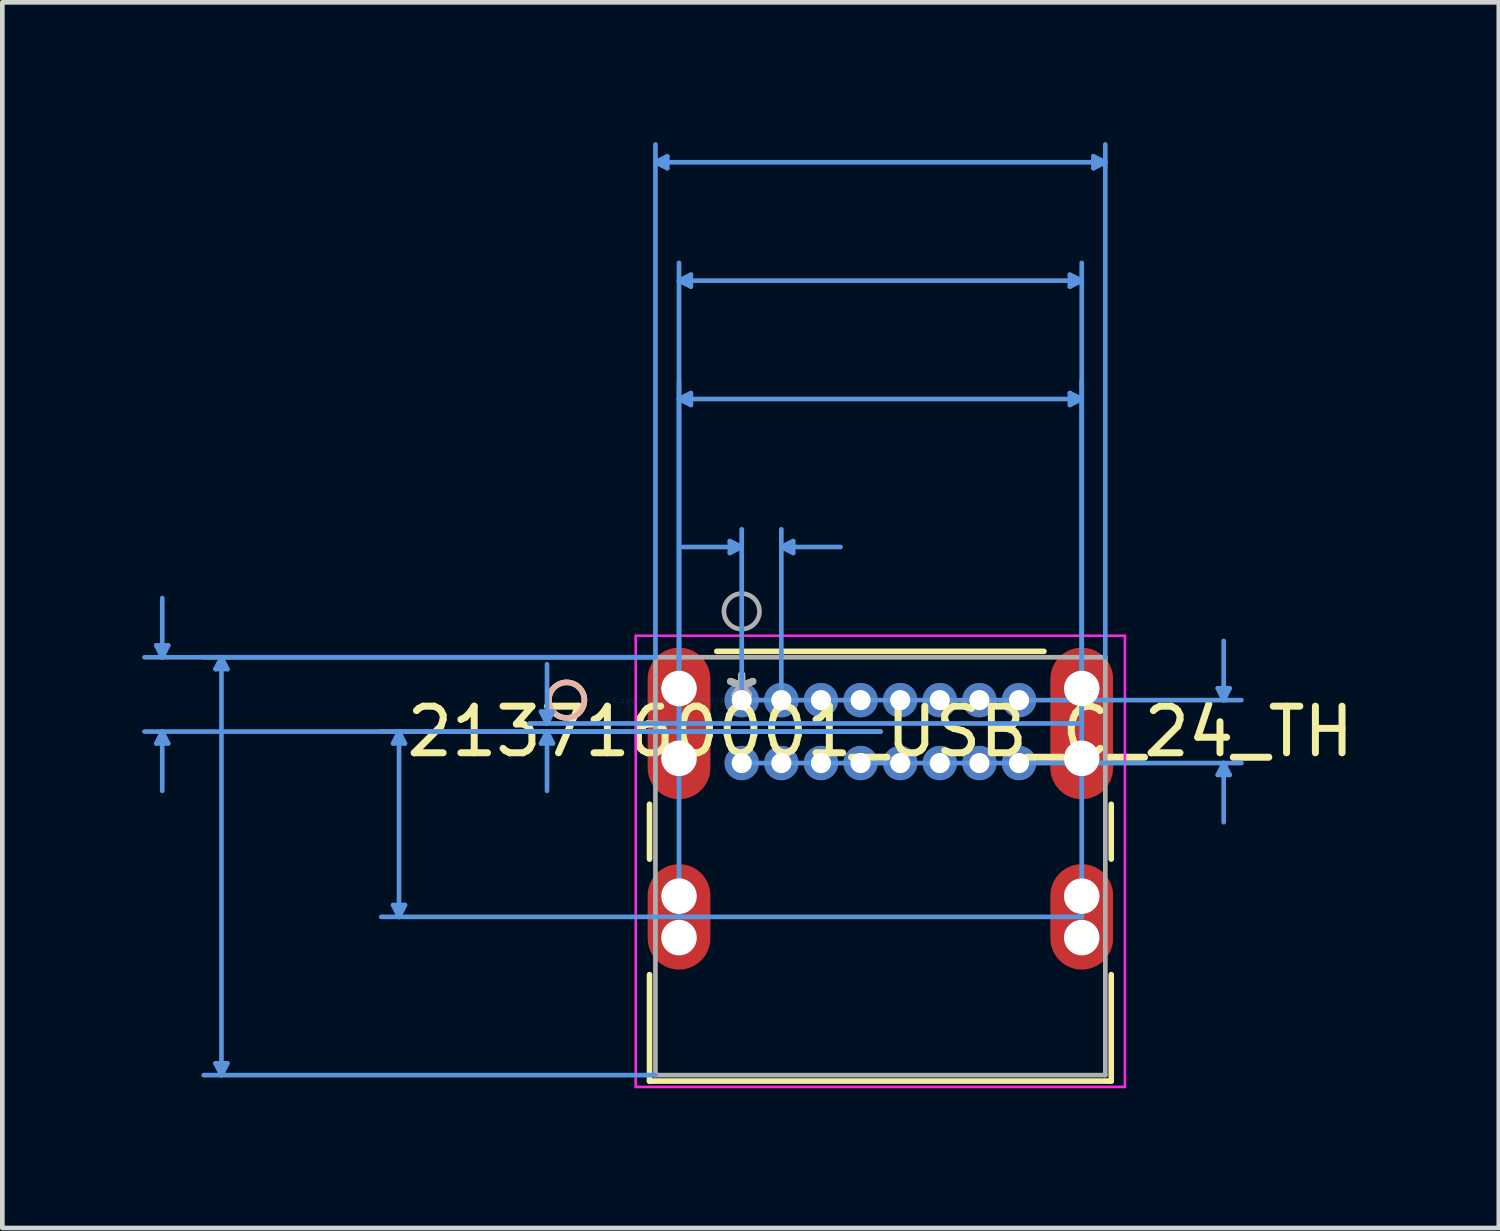
<source format=kicad_pcb>
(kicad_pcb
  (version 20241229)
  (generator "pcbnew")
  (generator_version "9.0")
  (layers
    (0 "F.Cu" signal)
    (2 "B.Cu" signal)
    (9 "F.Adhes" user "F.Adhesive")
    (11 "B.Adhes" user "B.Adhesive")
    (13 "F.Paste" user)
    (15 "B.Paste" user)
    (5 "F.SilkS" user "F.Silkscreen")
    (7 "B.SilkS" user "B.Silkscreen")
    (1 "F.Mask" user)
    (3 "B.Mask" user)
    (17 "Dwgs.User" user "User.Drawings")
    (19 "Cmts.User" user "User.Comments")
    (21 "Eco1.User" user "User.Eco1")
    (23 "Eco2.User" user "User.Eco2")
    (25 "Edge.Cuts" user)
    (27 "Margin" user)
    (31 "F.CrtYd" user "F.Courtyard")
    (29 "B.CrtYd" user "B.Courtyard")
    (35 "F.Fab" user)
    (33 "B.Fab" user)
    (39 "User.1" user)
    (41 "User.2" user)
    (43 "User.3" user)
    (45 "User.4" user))
  (footprint "2137160001_USB_C_24_TH"
    (layer "F.Cu")
    (at 12.863 11.971)
    (property "Reference" "2137160001_USB_C_24_TH" (at 2.975 0.675 0) (layer "F.SilkS") (effects (font (size 1 1) (thickness 0.15))))
    (attr through_hole)
    (fp_line (start -1.978 2.234) (end -1.978 3.411) (stroke (width 0.12) (type solid)) (layer "F.SilkS"))
    (fp_line (start -1.978 5.889) (end -1.978 8.173) (stroke (width 0.12) (type solid)) (layer "F.SilkS"))
    (fp_line (start -1.978 8.173) (end 7.928 8.173) (stroke (width 0.12) (type solid)) (layer "F.SilkS"))
    (fp_line (start 6.484 -1.047) (end -0.534 -1.047) (stroke (width 0.12) (type solid)) (layer "F.SilkS"))
    (fp_line (start 7.928 3.411) (end 7.928 2.234) (stroke (width 0.12) (type solid)) (layer "F.SilkS"))
    (fp_line (start 7.928 8.173) (end 7.928 5.889) (stroke (width 0.12) (type solid)) (layer "F.SilkS"))
    (fp_circle (center -3.756 0) (end -3.375 0) (stroke (width 0.12) (type solid)) (fill no) (layer "F.SilkS"))
    (fp_circle (center -3.756 0) (end -3.375 0) (stroke (width 0.12) (type solid)) (fill no) (layer "B.SilkS"))
    (fp_line (start -12.559 -1.174) (end -12.305 -1.174) (stroke (width 0.1) (type solid)) (layer "Cmts.User"))
    (fp_line (start -12.559 0.929) (end -12.305 0.929) (stroke (width 0.1) (type solid)) (layer "Cmts.User"))
    (fp_line (start -12.432 -0.92) (end -12.559 -1.174) (stroke (width 0.1) (type solid)) (layer "Cmts.User"))
    (fp_line (start -12.432 -0.92) (end -12.432 -2.19) (stroke (width 0.1) (type solid)) (layer "Cmts.User"))
    (fp_line (start -12.432 -0.92) (end -12.305 -1.174) (stroke (width 0.1) (type solid)) (layer "Cmts.User"))
    (fp_line (start -12.432 0.675) (end -12.559 0.929) (stroke (width 0.1) (type solid)) (layer "Cmts.User"))
    (fp_line (start -12.432 0.675) (end -12.432 1.945) (stroke (width 0.1) (type solid)) (layer "Cmts.User"))
    (fp_line (start -12.432 0.675) (end -12.305 0.929) (stroke (width 0.1) (type solid)) (layer "Cmts.User"))
    (fp_line (start -11.289 -0.666) (end -11.035 -0.666) (stroke (width 0.1) (type solid)) (layer "Cmts.User"))
    (fp_line (start -11.289 7.792) (end -11.035 7.792) (stroke (width 0.1) (type solid)) (layer "Cmts.User"))
    (fp_line (start -11.162 -0.92) (end -11.289 -0.666) (stroke (width 0.1) (type solid)) (layer "Cmts.User"))
    (fp_line (start -11.162 -0.92) (end -11.162 8.046) (stroke (width 0.1) (type solid)) (layer "Cmts.User"))
    (fp_line (start -11.162 -0.92) (end -11.035 -0.666) (stroke (width 0.1) (type solid)) (layer "Cmts.User"))
    (fp_line (start -11.162 8.046) (end -11.289 7.792) (stroke (width 0.1) (type solid)) (layer "Cmts.User"))
    (fp_line (start -11.162 8.046) (end -11.035 7.792) (stroke (width 0.1) (type solid)) (layer "Cmts.User"))
    (fp_line (start -7.479 0.929) (end -7.225 0.929) (stroke (width 0.1) (type solid)) (layer "Cmts.User"))
    (fp_line (start -7.479 4.396) (end -7.225 4.396) (stroke (width 0.1) (type solid)) (layer "Cmts.User"))
    (fp_line (start -7.352 0.675) (end -7.479 0.929) (stroke (width 0.1) (type solid)) (layer "Cmts.User"))
    (fp_line (start -7.352 0.675) (end -7.352 4.65) (stroke (width 0.1) (type solid)) (layer "Cmts.User"))
    (fp_line (start -7.352 0.675) (end -7.225 0.929) (stroke (width 0.1) (type solid)) (layer "Cmts.User"))
    (fp_line (start -7.352 4.65) (end -7.479 4.396) (stroke (width 0.1) (type solid)) (layer "Cmts.User"))
    (fp_line (start -7.352 4.65) (end -7.225 4.396) (stroke (width 0.1) (type solid)) (layer "Cmts.User"))
    (fp_line (start -4.304 0.246) (end -4.05 0.246) (stroke (width 0.1) (type solid)) (layer "Cmts.User"))
    (fp_line (start -4.304 0.929) (end -4.05 0.929) (stroke (width 0.1) (type solid)) (layer "Cmts.User"))
    (fp_line (start -4.177 0.5) (end -4.304 0.246) (stroke (width 0.1) (type solid)) (layer "Cmts.User"))
    (fp_line (start -4.177 0.5) (end -4.177 -0.77) (stroke (width 0.1) (type solid)) (layer "Cmts.User"))
    (fp_line (start -4.177 0.5) (end -4.05 0.246) (stroke (width 0.1) (type solid)) (layer "Cmts.User"))
    (fp_line (start -4.177 0.675) (end -4.304 0.929) (stroke (width 0.1) (type solid)) (layer "Cmts.User"))
    (fp_line (start -4.177 0.675) (end -4.177 1.945) (stroke (width 0.1) (type solid)) (layer "Cmts.User"))
    (fp_line (start -4.177 0.675) (end -4.05 0.929) (stroke (width 0.1) (type solid)) (layer "Cmts.User"))
    (fp_line (start -1.851 -11.54) (end -1.597 -11.667) (stroke (width 0.1) (type solid)) (layer "Cmts.User"))
    (fp_line (start -1.851 -11.54) (end -1.597 -11.413) (stroke (width 0.1) (type solid)) (layer "Cmts.User"))
    (fp_line (start -1.851 -11.54) (end 7.801 -11.54) (stroke (width 0.1) (type solid)) (layer "Cmts.User"))
    (fp_line (start -1.851 -0.92) (end -12.813 -0.92) (stroke (width 0.1) (type solid)) (layer "Cmts.User"))
    (fp_line (start -1.851 -0.92) (end -11.543 -0.92) (stroke (width 0.1) (type solid)) (layer "Cmts.User"))
    (fp_line (start -1.851 -0.92) (end -1.851 -11.921) (stroke (width 0.1) (type solid)) (layer "Cmts.User"))
    (fp_line (start -1.851 8.046) (end -11.543 8.046) (stroke (width 0.1) (type solid)) (layer "Cmts.User"))
    (fp_line (start -1.597 -11.667) (end -1.597 -11.413) (stroke (width 0.1) (type solid)) (layer "Cmts.User"))
    (fp_line (start -1.345 -9) (end -1.091 -9.127) (stroke (width 0.1) (type solid)) (layer "Cmts.User"))
    (fp_line (start -1.345 -9) (end -1.091 -8.873) (stroke (width 0.1) (type solid)) (layer "Cmts.User"))
    (fp_line (start -1.345 -9) (end 7.295 -9) (stroke (width 0.1) (type solid)) (layer "Cmts.User"))
    (fp_line (start -1.345 -6.46) (end -1.091 -6.587) (stroke (width 0.1) (type solid)) (layer "Cmts.User"))
    (fp_line (start -1.345 -6.46) (end -1.091 -6.333) (stroke (width 0.1) (type solid)) (layer "Cmts.User"))
    (fp_line (start -1.345 -6.46) (end 7.295 -6.46) (stroke (width 0.1) (type solid)) (layer "Cmts.User"))
    (fp_line (start -1.345 0.5) (end -1.345 -9.381) (stroke (width 0.1) (type solid)) (layer "Cmts.User"))
    (fp_line (start -1.345 4.65) (end -1.345 -6.841) (stroke (width 0.1) (type solid)) (layer "Cmts.User"))
    (fp_line (start -1.091 -9.127) (end -1.091 -8.873) (stroke (width 0.1) (type solid)) (layer "Cmts.User"))
    (fp_line (start -1.091 -6.587) (end -1.091 -6.333) (stroke (width 0.1) (type solid)) (layer "Cmts.User"))
    (fp_line (start -0.254 -3.412) (end -0.254 -3.158) (stroke (width 0.1) (type solid)) (layer "Cmts.User"))
    (fp_line (start 0 -3.285) (end -1.27 -3.285) (stroke (width 0.1) (type solid)) (layer "Cmts.User"))
    (fp_line (start 0 -3.285) (end -0.254 -3.412) (stroke (width 0.1) (type solid)) (layer "Cmts.User"))
    (fp_line (start 0 -3.285) (end -0.254 -3.158) (stroke (width 0.1) (type solid)) (layer "Cmts.User"))
    (fp_line (start 0 0) (end 0 -3.666) (stroke (width 0.1) (type solid)) (layer "Cmts.User"))
    (fp_line (start 0 0) (end 10.722 0) (stroke (width 0.1) (type solid)) (layer "Cmts.User"))
    (fp_line (start 0 1.35) (end 10.722 1.35) (stroke (width 0.1) (type solid)) (layer "Cmts.User"))
    (fp_line (start 0.85 -3.285) (end 1.104 -3.412) (stroke (width 0.1) (type solid)) (layer "Cmts.User"))
    (fp_line (start 0.85 -3.285) (end 1.104 -3.158) (stroke (width 0.1) (type solid)) (layer "Cmts.User"))
    (fp_line (start 0.85 -3.285) (end 2.12 -3.285) (stroke (width 0.1) (type solid)) (layer "Cmts.User"))
    (fp_line (start 0.85 0) (end 0.85 -3.666) (stroke (width 0.1) (type solid)) (layer "Cmts.User"))
    (fp_line (start 1.104 -3.412) (end 1.104 -3.158) (stroke (width 0.1) (type solid)) (layer "Cmts.User"))
    (fp_line (start 2.975 0.675) (end -12.813 0.675) (stroke (width 0.1) (type solid)) (layer "Cmts.User"))
    (fp_line (start 2.975 0.675) (end -7.733 0.675) (stroke (width 0.1) (type solid)) (layer "Cmts.User"))
    (fp_line (start 2.975 0.675) (end -4.558 0.675) (stroke (width 0.1) (type solid)) (layer "Cmts.User"))
    (fp_line (start 7.041 -9.127) (end 7.041 -8.873) (stroke (width 0.1) (type solid)) (layer "Cmts.User"))
    (fp_line (start 7.041 -6.587) (end 7.041 -6.333) (stroke (width 0.1) (type solid)) (layer "Cmts.User"))
    (fp_line (start 7.295 -9) (end 7.041 -9.127) (stroke (width 0.1) (type solid)) (layer "Cmts.User"))
    (fp_line (start 7.295 -9) (end 7.041 -8.873) (stroke (width 0.1) (type solid)) (layer "Cmts.User"))
    (fp_line (start 7.295 -6.46) (end 7.041 -6.587) (stroke (width 0.1) (type solid)) (layer "Cmts.User"))
    (fp_line (start 7.295 -6.46) (end 7.041 -6.333) (stroke (width 0.1) (type solid)) (layer "Cmts.User"))
    (fp_line (start 7.295 0.5) (end -4.558 0.5) (stroke (width 0.1) (type solid)) (layer "Cmts.User"))
    (fp_line (start 7.295 0.5) (end 7.295 -9.381) (stroke (width 0.1) (type solid)) (layer "Cmts.User"))
    (fp_line (start 7.295 4.65) (end -7.733 4.65) (stroke (width 0.1) (type solid)) (layer "Cmts.User"))
    (fp_line (start 7.295 4.65) (end 7.295 -6.841) (stroke (width 0.1) (type solid)) (layer "Cmts.User"))
    (fp_line (start 7.547 -11.667) (end 7.547 -11.413) (stroke (width 0.1) (type solid)) (layer "Cmts.User"))
    (fp_line (start 7.801 -11.54) (end 7.547 -11.667) (stroke (width 0.1) (type solid)) (layer "Cmts.User"))
    (fp_line (start 7.801 -11.54) (end 7.547 -11.413) (stroke (width 0.1) (type solid)) (layer "Cmts.User"))
    (fp_line (start 7.801 -0.92) (end 7.801 -11.921) (stroke (width 0.1) (type solid)) (layer "Cmts.User"))
    (fp_line (start 10.214 -0.254) (end 10.468 -0.254) (stroke (width 0.1) (type solid)) (layer "Cmts.User"))
    (fp_line (start 10.214 1.604) (end 10.468 1.604) (stroke (width 0.1) (type solid)) (layer "Cmts.User"))
    (fp_line (start 10.341 0) (end 10.214 -0.254) (stroke (width 0.1) (type solid)) (layer "Cmts.User"))
    (fp_line (start 10.341 0) (end 10.341 -1.27) (stroke (width 0.1) (type solid)) (layer "Cmts.User"))
    (fp_line (start 10.341 0) (end 10.468 -0.254) (stroke (width 0.1) (type solid)) (layer "Cmts.User"))
    (fp_line (start 10.341 1.35) (end 10.214 1.604) (stroke (width 0.1) (type solid)) (layer "Cmts.User"))
    (fp_line (start 10.341 1.35) (end 10.341 2.62) (stroke (width 0.1) (type solid)) (layer "Cmts.User"))
    (fp_line (start 10.341 1.35) (end 10.468 1.604) (stroke (width 0.1) (type solid)) (layer "Cmts.User"))
    (fp_line (start -2.272 -1.38) (end -2.272 8.3) (stroke (width 0.05) (type solid)) (layer "F.CrtYd"))
    (fp_line (start -2.272 -1.38) (end -2.272 8.3) (stroke (width 0.05) (type solid)) (layer "F.CrtYd"))
    (fp_line (start -2.272 8.3) (end 8.222 8.3) (stroke (width 0.05) (type solid)) (layer "F.CrtYd"))
    (fp_line (start -2.272 8.3) (end 8.222 8.3) (stroke (width 0.05) (type solid)) (layer "F.CrtYd"))
    (fp_line (start 8.222 -1.38) (end -2.272 -1.38) (stroke (width 0.05) (type solid)) (layer "F.CrtYd"))
    (fp_line (start 8.222 -1.38) (end -2.272 -1.38) (stroke (width 0.05) (type solid)) (layer "F.CrtYd"))
    (fp_line (start 8.222 8.3) (end 8.222 -1.38) (stroke (width 0.05) (type solid)) (layer "F.CrtYd"))
    (fp_line (start 8.222 8.3) (end 8.222 -1.38) (stroke (width 0.05) (type solid)) (layer "F.CrtYd"))
    (fp_line (start -1.851 -0.92) (end -1.851 8.046) (stroke (width 0.1) (type solid)) (layer "F.Fab"))
    (fp_line (start -1.851 8.046) (end 7.801 8.046) (stroke (width 0.1) (type solid)) (layer "F.Fab"))
    (fp_line (start 7.801 -0.92) (end -1.851 -0.92) (stroke (width 0.1) (type solid)) (layer "F.Fab"))
    (fp_line (start 7.801 8.046) (end 7.801 -0.92) (stroke (width 0.1) (type solid)) (layer "F.Fab"))
    (fp_circle (center 0 -1.905) (end 0.381 -1.905) (stroke (width 0.1) (type solid)) (fill no) (layer "F.Fab"))
    (fp_text user "*" (at 0 0 0) (layer "F.SilkS") (effects (font (size 1 1) (thickness 0.15))))
    (fp_text user "Copyright 2021 Accelerated Designs. All rights reserved." (at 0 0 0) (layer "Cmts.User") (effects (font (size 0.127 0.127) (thickness 0.002))))
    (fp_text user "*" (at 0 0 0) (layer "F.Fab") (effects (font (size 1 1) (thickness 0.15))))
    (pad "" np_thru_hole circle (at -1.345 4.206) (size 0.762 0.762) (drill 0.762) (layers "*.Cu" "*.Mask"))
    (pad "" np_thru_hole circle (at -1.345 5.095) (size 0.762 0.762) (drill 0.762) (layers "*.Cu" "*.Mask"))
    (pad "" np_thru_hole circle (at -1.345 -0.249) (size 0.762 0.762) (drill 0.762) (layers "*.Cu" "*.Mask"))
    (pad "" np_thru_hole circle (at -1.345 1.249) (size 0.762 0.762) (drill 0.762) (layers "*.Cu" "*.Mask"))
    (pad "" np_thru_hole circle (at 7.295 -0.249) (size 0.762 0.762) (drill 0.762) (layers "*.Cu" "*.Mask"))
    (pad "" np_thru_hole circle (at 7.295 1.249) (size 0.762 0.762) (drill 0.762) (layers "*.Cu" "*.Mask"))
    (pad "" np_thru_hole circle (at 7.295 4.206) (size 0.762 0.762) (drill 0.762) (layers "*.Cu" "*.Mask"))
    (pad "" np_thru_hole circle (at 7.295 5.095) (size 0.762 0.762) (drill 0.762) (layers "*.Cu" "*.Mask"))
    (pad "17" smd oval (at -1.345 0.5) (size 1.346 3.251) (layers "F.Cu" "F.Mask" "F.Paste"))
    (pad "18" smd oval (at 7.295 0.5) (size 1.346 3.251) (layers "F.Cu" "F.Mask" "F.Paste"))
    (pad "19" smd oval (at -1.345 4.65) (size 1.346 2.261) (layers "F.Cu" "F.Mask" "F.Paste"))
    (pad "20" smd oval (at 7.295 4.65) (size 1.346 2.261) (layers "F.Cu" "F.Mask" "F.Paste"))
    (pad "A1" thru_hole circle (at 0 0) (size 0.737 0.737) (drill 0.432) (layers "*.Cu" "*.Mask"))
    (pad "A4" thru_hole circle (at 0.85 0) (size 0.737 0.737) (drill 0.432) (layers "*.Cu" "*.Mask"))
    (pad "A5" thru_hole circle (at 1.7 0) (size 0.737 0.737) (drill 0.432) (layers "*.Cu" "*.Mask"))
    (pad "A6" thru_hole circle (at 2.55 0) (size 0.737 0.737) (drill 0.432) (layers "*.Cu" "*.Mask"))
    (pad "A7" thru_hole circle (at 3.4 0) (size 0.737 0.737) (drill 0.432) (layers "*.Cu" "*.Mask"))
    (pad "A8" thru_hole circle (at 4.25 0) (size 0.737 0.737) (drill 0.432) (layers "*.Cu" "*.Mask"))
    (pad "A9" thru_hole circle (at 5.1 0) (size 0.737 0.737) (drill 0.432) (layers "*.Cu" "*.Mask"))
    (pad "A12" thru_hole circle (at 5.95 0) (size 0.737 0.737) (drill 0.432) (layers "*.Cu" "*.Mask"))
    (pad "B1" thru_hole circle (at 5.95 1.35) (size 0.737 0.737) (drill 0.432) (layers "*.Cu" "*.Mask"))
    (pad "B4" thru_hole circle (at 5.1 1.35) (size 0.737 0.737) (drill 0.432) (layers "*.Cu" "*.Mask"))
    (pad "B5" thru_hole circle (at 4.25 1.35) (size 0.737 0.737) (drill 0.432) (layers "*.Cu" "*.Mask"))
    (pad "B6" thru_hole circle (at 3.4 1.35) (size 0.737 0.737) (drill 0.432) (layers "*.Cu" "*.Mask"))
    (pad "B7" thru_hole circle (at 2.55 1.35) (size 0.737 0.737) (drill 0.432) (layers "*.Cu" "*.Mask"))
    (pad "B8" thru_hole circle (at 1.7 1.35) (size 0.737 0.737) (drill 0.432) (layers "*.Cu" "*.Mask"))
    (pad "B9" thru_hole circle (at 0.85 1.35) (size 0.737 0.737) (drill 0.432) (layers "*.Cu" "*.Mask"))
    (pad "B12" thru_hole circle (at 0 1.35) (size 0.737 0.737) (drill 0.432) (layers "*.Cu" "*.Mask")))
  (gr_rect
    (start -3 -3)
    (end 29.106 23.296)
    (stroke (width 0.1) (type default))
    (fill no)
    (layer "Edge.Cuts")))
</source>
